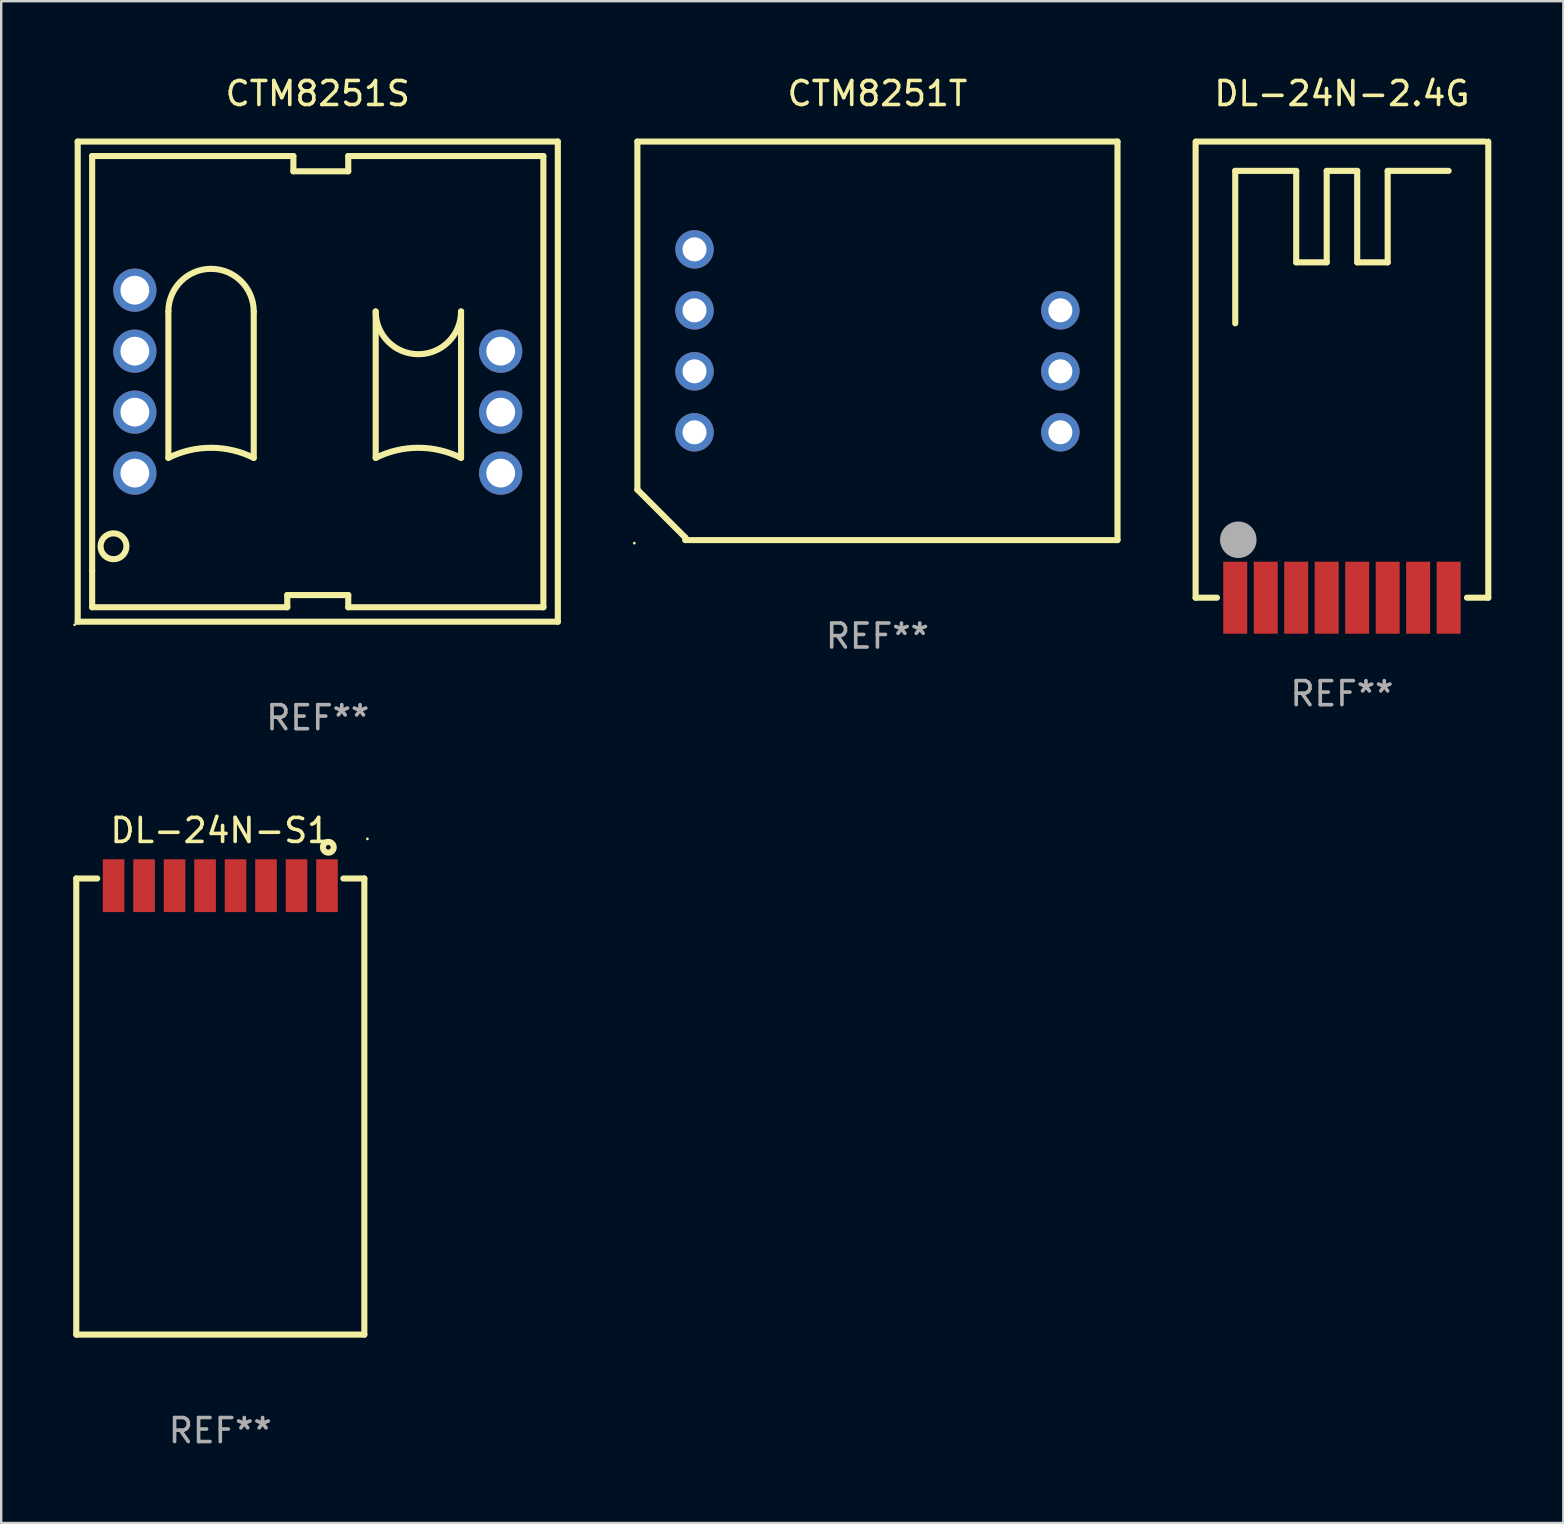
<source format=kicad_pcb>
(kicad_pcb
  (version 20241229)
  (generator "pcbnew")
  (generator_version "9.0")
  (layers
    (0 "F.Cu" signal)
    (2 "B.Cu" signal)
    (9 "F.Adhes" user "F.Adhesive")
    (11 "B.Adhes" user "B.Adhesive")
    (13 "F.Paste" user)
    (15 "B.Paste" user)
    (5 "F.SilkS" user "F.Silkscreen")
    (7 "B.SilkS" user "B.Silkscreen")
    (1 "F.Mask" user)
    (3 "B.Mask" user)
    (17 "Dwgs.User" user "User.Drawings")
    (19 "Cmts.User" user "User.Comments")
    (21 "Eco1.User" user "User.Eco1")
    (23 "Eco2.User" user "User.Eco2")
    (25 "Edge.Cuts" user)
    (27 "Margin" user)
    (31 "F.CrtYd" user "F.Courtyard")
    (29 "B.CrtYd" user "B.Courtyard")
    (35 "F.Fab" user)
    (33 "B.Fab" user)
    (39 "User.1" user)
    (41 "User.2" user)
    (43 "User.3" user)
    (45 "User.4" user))
  (footprint "DL-24N-S1"
    (layer "F.Cu")
    (at 6.127 43.045)
    (property "Reference" "DL-24N-S1" (at 0 -11.5 0) (layer "F.SilkS") (effects (font (size 1 1) (thickness 0.15))))
    (attr through_hole)
    (fp_line (start -6 9.5) (end -6 -9.5) (stroke (width 0.254) (type solid)) (layer "F.SilkS"))
    (fp_line (start -5.126 -9.5) (end -6 -9.5) (stroke (width 0.254) (type solid)) (layer "F.SilkS"))
    (fp_line (start 6 -9.5) (end 5.126 -9.5) (stroke (width 0.254) (type solid)) (layer "F.SilkS"))
    (fp_line (start 6 -9.5) (end 6 9.5) (stroke (width 0.254) (type solid)) (layer "F.SilkS"))
    (fp_line (start 6 9.5) (end -6 9.5) (stroke (width 0.254) (type solid)) (layer "F.SilkS"))
    (fp_circle (center 4.5 -10.8) (end 4.724 -10.8) (stroke (width 0.254) (type solid)) (fill no) (layer "F.SilkS"))
    (fp_circle (center 6.127 -11.151) (end 6.157 -11.151) (stroke (width 0.06) (type solid)) (fill no) (layer "F.SilkS"))
    (fp_text user "REF**" (at 0 13.5 0) (layer "F.Fab") (effects (font (size 1 1) (thickness 0.15))))
    (pad "1" smd rect (at 4.445 -9.2 270) (size 2.2 0.9) (layers "F.Cu" "F.Mask" "F.Paste"))
    (pad "2" smd rect (at 3.175 -9.2 270) (size 2.2 0.9) (layers "F.Cu" "F.Mask" "F.Paste"))
    (pad "3" smd rect (at 1.905 -9.2 270) (size 2.2 0.9) (layers "F.Cu" "F.Mask" "F.Paste"))
    (pad "4" smd rect (at 0.635 -9.2 270) (size 2.2 0.9) (layers "F.Cu" "F.Mask" "F.Paste"))
    (pad "5" smd rect (at -0.635 -9.2 270) (size 2.2 0.9) (layers "F.Cu" "F.Mask" "F.Paste"))
    (pad "6" smd rect (at -1.905 -9.2 270) (size 2.2 0.9) (layers "F.Cu" "F.Mask" "F.Paste"))
    (pad "7" smd rect (at -3.175 -9.2 270) (size 2.2 0.9) (layers "F.Cu" "F.Mask" "F.Paste"))
    (pad "8" smd rect (at -4.445 -9.2 270) (size 2.2 0.9) (layers "F.Cu" "F.Mask" "F.Paste")))
  (footprint "DL-24N-2.4G"
    (layer "F.Cu")
    (at 52.851 12.348)
    (property "Reference" "DL-24N-2.4G" (at 0 -11.5 0) (layer "F.SilkS") (effects (font (size 1 1) (thickness 0.15))))
    (attr through_hole)
    (fp_line (start -6.096 9.5) (end -6.096 -9.5) (stroke (width 0.254) (type solid)) (layer "F.SilkS"))
    (fp_line (start -5.207 9.5) (end -6.096 9.5) (stroke (width 0.254) (type solid)) (layer "F.SilkS"))
    (fp_line (start -4.445 -8.28) (end -1.905 -8.28) (stroke (width 0.254) (type solid)) (layer "F.SilkS"))
    (fp_line (start -4.445 -1.93) (end -4.445 -8.28) (stroke (width 0.254) (type solid)) (layer "F.SilkS"))
    (fp_line (start -1.905 -8.28) (end -1.905 -4.47) (stroke (width 0.254) (type solid)) (layer "F.SilkS"))
    (fp_line (start -1.905 -4.47) (end -0.635 -4.47) (stroke (width 0.254) (type solid)) (layer "F.SilkS"))
    (fp_line (start -0.635 -8.28) (end 0.635 -8.28) (stroke (width 0.254) (type solid)) (layer "F.SilkS"))
    (fp_line (start -0.635 -4.47) (end -0.635 -8.28) (stroke (width 0.254) (type solid)) (layer "F.SilkS"))
    (fp_line (start 0.635 -8.28) (end 0.635 -4.47) (stroke (width 0.254) (type solid)) (layer "F.SilkS"))
    (fp_line (start 0.635 -4.47) (end 1.905 -4.47) (stroke (width 0.254) (type solid)) (layer "F.SilkS"))
    (fp_line (start 1.905 -8.28) (end 4.445 -8.28) (stroke (width 0.254) (type solid)) (layer "F.SilkS"))
    (fp_line (start 1.905 -4.47) (end 1.905 -8.28) (stroke (width 0.254) (type solid)) (layer "F.SilkS"))
    (fp_line (start 5.207 9.5) (end 6.096 9.5) (stroke (width 0.254) (type solid)) (layer "F.SilkS"))
    (fp_line (start 5.955 -9.5) (end -6.045 -9.5) (stroke (width 0.254) (type solid)) (layer "F.SilkS"))
    (fp_line (start 6.096 9.5) (end 6.096 -9.5) (stroke (width 0.254) (type solid)) (layer "F.SilkS"))
    (fp_circle (center -6.096 9.5) (end -6.066 9.5) (stroke (width 0.06) (type solid)) (fill no) (layer "F.SilkS"))
    (fp_circle (center -4.318 7.087) (end -3.937 7.087) (stroke (width 0.762) (type solid)) (fill no) (layer "F.Fab"))
    (fp_text user "REF**" (at 0 13.5 0) (layer "F.Fab") (effects (font (size 1 1) (thickness 0.15))))
    (pad "1" smd rect (at -4.445 9.5 90) (size 3 1) (layers "F.Cu" "F.Mask" "F.Paste"))
    (pad "2" smd rect (at -3.175 9.5 90) (size 3 1) (layers "F.Cu" "F.Mask" "F.Paste"))
    (pad "3" smd rect (at -1.905 9.5 90) (size 3 1) (layers "F.Cu" "F.Mask" "F.Paste"))
    (pad "4" smd rect (at -0.635 9.5 90) (size 3 1) (layers "F.Cu" "F.Mask" "F.Paste"))
    (pad "5" smd rect (at 0.635 9.5 90) (size 3 1) (layers "F.Cu" "F.Mask" "F.Paste"))
    (pad "6" smd rect (at 1.905 9.5 90) (size 3 1) (layers "F.Cu" "F.Mask" "F.Paste"))
    (pad "7" smd rect (at 3.175 9.5 90) (size 3 1) (layers "F.Cu" "F.Mask" "F.Paste"))
    (pad "8" smd rect (at 4.445 9.5 90) (size 3 1) (layers "F.Cu" "F.Mask" "F.Paste")))
  (footprint "CTM8251S"
    (layer "F.Cu")
    (at 10.187 12.848)
    (property "Reference" "CTM8251S" (at 0 -12 0) (layer "F.SilkS") (effects (font (size 1 1) (thickness 0.15))))
    (attr through_hole)
    (fp_line (start -10 -10) (end -10 10) (stroke (width 0.254) (type solid)) (layer "F.SilkS"))
    (fp_line (start -10 10) (end 10 10) (stroke (width 0.254) (type solid)) (layer "F.SilkS"))
    (fp_line (start -9.398 -9.398) (end -9.398 7.874) (stroke (width 0.254) (type solid)) (layer "F.SilkS"))
    (fp_line (start -9.398 7.874) (end -9.398 9.398) (stroke (width 0.254) (type solid)) (layer "F.SilkS"))
    (fp_line (start -9.398 9.398) (end -1.27 9.398) (stroke (width 0.254) (type solid)) (layer "F.SilkS"))
    (fp_line (start -6.223 3.175) (end -6.223 -2.923) (stroke (width 0.254) (type solid)) (layer "F.SilkS"))
    (fp_line (start -2.667 3.175) (end -2.667 -2.923) (stroke (width 0.254) (type solid)) (layer "F.SilkS"))
    (fp_line (start -1.27 8.89) (end 1.27 8.89) (stroke (width 0.254) (type solid)) (layer "F.SilkS"))
    (fp_line (start -1.27 9.398) (end -1.27 8.89) (stroke (width 0.254) (type solid)) (layer "F.SilkS"))
    (fp_line (start -1.016 -9.398) (end -9.398 -9.398) (stroke (width 0.254) (type solid)) (layer "F.SilkS"))
    (fp_line (start -1.016 -8.763) (end -1.016 -9.398) (stroke (width 0.254) (type solid)) (layer "F.SilkS"))
    (fp_line (start 1.27 -9.398) (end 1.27 -8.763) (stroke (width 0.254) (type solid)) (layer "F.SilkS"))
    (fp_line (start 1.27 -8.763) (end -1.016 -8.763) (stroke (width 0.254) (type solid)) (layer "F.SilkS"))
    (fp_line (start 1.27 8.89) (end 1.27 9.398) (stroke (width 0.254) (type solid)) (layer "F.SilkS"))
    (fp_line (start 1.27 9.398) (end 9.398 9.398) (stroke (width 0.254) (type solid)) (layer "F.SilkS"))
    (fp_line (start 2.413 3.175) (end 2.413 -2.923) (stroke (width 0.254) (type solid)) (layer "F.SilkS"))
    (fp_line (start 5.969 3.175) (end 5.969 -2.923) (stroke (width 0.254) (type solid)) (layer "F.SilkS"))
    (fp_line (start 9.398 -9.398) (end 1.27 -9.398) (stroke (width 0.254) (type solid)) (layer "F.SilkS"))
    (fp_line (start 9.398 9.398) (end 9.398 -9.398) (stroke (width 0.254) (type solid)) (layer "F.SilkS"))
    (fp_line (start 10 -10) (end -10 -10) (stroke (width 0.254) (type solid)) (layer "F.SilkS"))
    (fp_line (start 10 10) (end 10 -10) (stroke (width 0.254) (type solid)) (layer "F.SilkS"))
    (fp_arc (start -6.223013 -2.920879) (mid -4.445009 -4.698883) (end -2.667005 -2.920879) (stroke (width 0.254001) (type solid)) (layer "F.SilkS"))
    (fp_arc (start -6.223012 3.175133) (mid -4.445009 2.755404) (end -2.667005 3.175133) (stroke (width 0.254001) (type solid)) (layer "F.SilkS"))
    (fp_arc (start 2.413005 3.175133) (mid 4.191008 2.755404) (end 5.969012 3.175133) (stroke (width 0.254001) (type solid)) (layer "F.SilkS"))
    (fp_arc (start 5.969012 -2.920879) (mid 4.191008 -1.142875) (end 2.413004 -2.920879) (stroke (width 0.254001) (type solid)) (layer "F.SilkS"))
    (fp_circle (center -10.127 10.127) (end -10.097 10.127) (stroke (width 0.06) (type solid)) (fill no) (layer "F.SilkS"))
    (fp_circle (center -8.509 6.858) (end -7.97 6.858) (stroke (width 0.254) (type solid)) (fill no) (layer "F.SilkS"))
    (fp_text user "REF**" (at 0 14 0) (layer "F.Fab") (effects (font (size 1 1) (thickness 0.15))))
    (pad "1" thru_hole circle (at -7.62 3.81) (size 1.8 1.8) (drill 1.2) (layers "*.Cu" "*.Mask"))
    (pad "2" thru_hole circle (at -7.62 1.27) (size 1.8 1.8) (drill 1.2) (layers "*.Cu" "*.Mask"))
    (pad "3" thru_hole circle (at -7.62 -1.27) (size 1.8 1.8) (drill 1.2) (layers "*.Cu" "*.Mask"))
    (pad "4" thru_hole circle (at -7.62 -3.81) (size 1.8 1.8) (drill 1.2) (layers "*.Cu" "*.Mask"))
    (pad "6" thru_hole circle (at 7.62 -1.27) (size 1.8 1.8) (drill 1.2) (layers "*.Cu" "*.Mask"))
    (pad "7" thru_hole circle (at 7.62 1.27) (size 1.8 1.8) (drill 1.2) (layers "*.Cu" "*.Mask"))
    (pad "8" thru_hole circle (at 7.62 3.81) (size 1.8 1.8) (drill 1.2) (layers "*.Cu" "*.Mask")))
  (footprint "CTM8251T"
    (layer "F.Cu")
    (at 33.501 11.148)
    (property "Reference" "CTM8251T" (at 0 -10.3 0) (layer "F.SilkS") (effects (font (size 1 1) (thickness 0.15))))
    (attr through_hole)
    (fp_line (start -10 -8.3) (end -10 6.2) (stroke (width 0.254) (type solid)) (layer "F.SilkS"))
    (fp_line (start -10 -8.3) (end 10 -8.3) (stroke (width 0.254) (type solid)) (layer "F.SilkS"))
    (fp_line (start -8 8.2) (end -10 6.2) (stroke (width 0.254) (type solid)) (layer "F.SilkS"))
    (fp_line (start -8 8.3) (end -8 8.2) (stroke (width 0.254) (type solid)) (layer "F.SilkS"))
    (fp_line (start -8 8.3) (end 10 8.3) (stroke (width 0.254) (type solid)) (layer "F.SilkS"))
    (fp_line (start 10 -8.3) (end 10 8.3) (stroke (width 0.254) (type solid)) (layer "F.SilkS"))
    (fp_circle (center -10.127 8.427) (end -10.097 8.427) (stroke (width 0.06) (type solid)) (fill no) (layer "F.SilkS"))
    (fp_text user "REF**" (at 0 12.3 0) (layer "F.Fab") (effects (font (size 1 1) (thickness 0.15))))
    (pad "1" thru_hole circle (at -7.62 3.81) (size 1.6 1.6) (drill 1) (layers "*.Cu" "*.Mask"))
    (pad "2" thru_hole circle (at -7.62 1.27) (size 1.6 1.6) (drill 1) (layers "*.Cu" "*.Mask"))
    (pad "3" thru_hole circle (at -7.62 -1.27) (size 1.6 1.6) (drill 1) (layers "*.Cu" "*.Mask"))
    (pad "4" thru_hole circle (at -7.62 -3.81) (size 1.6 1.6) (drill 1) (layers "*.Cu" "*.Mask"))
    (pad "6" thru_hole circle (at 7.62 -1.27) (size 1.6 1.6) (drill 1) (layers "*.Cu" "*.Mask"))
    (pad "7" thru_hole circle (at 7.62 1.27) (size 1.6 1.6) (drill 1) (layers "*.Cu" "*.Mask"))
    (pad "8" thru_hole circle (at 7.62 3.81) (size 1.6 1.6) (drill 1) (layers "*.Cu" "*.Mask")))
  (gr_rect
    (start -3 -3)
    (end 62.074 60.393)
    (stroke (width 0.1) (type default))
    (fill no)
    (layer "Edge.Cuts")))
</source>
